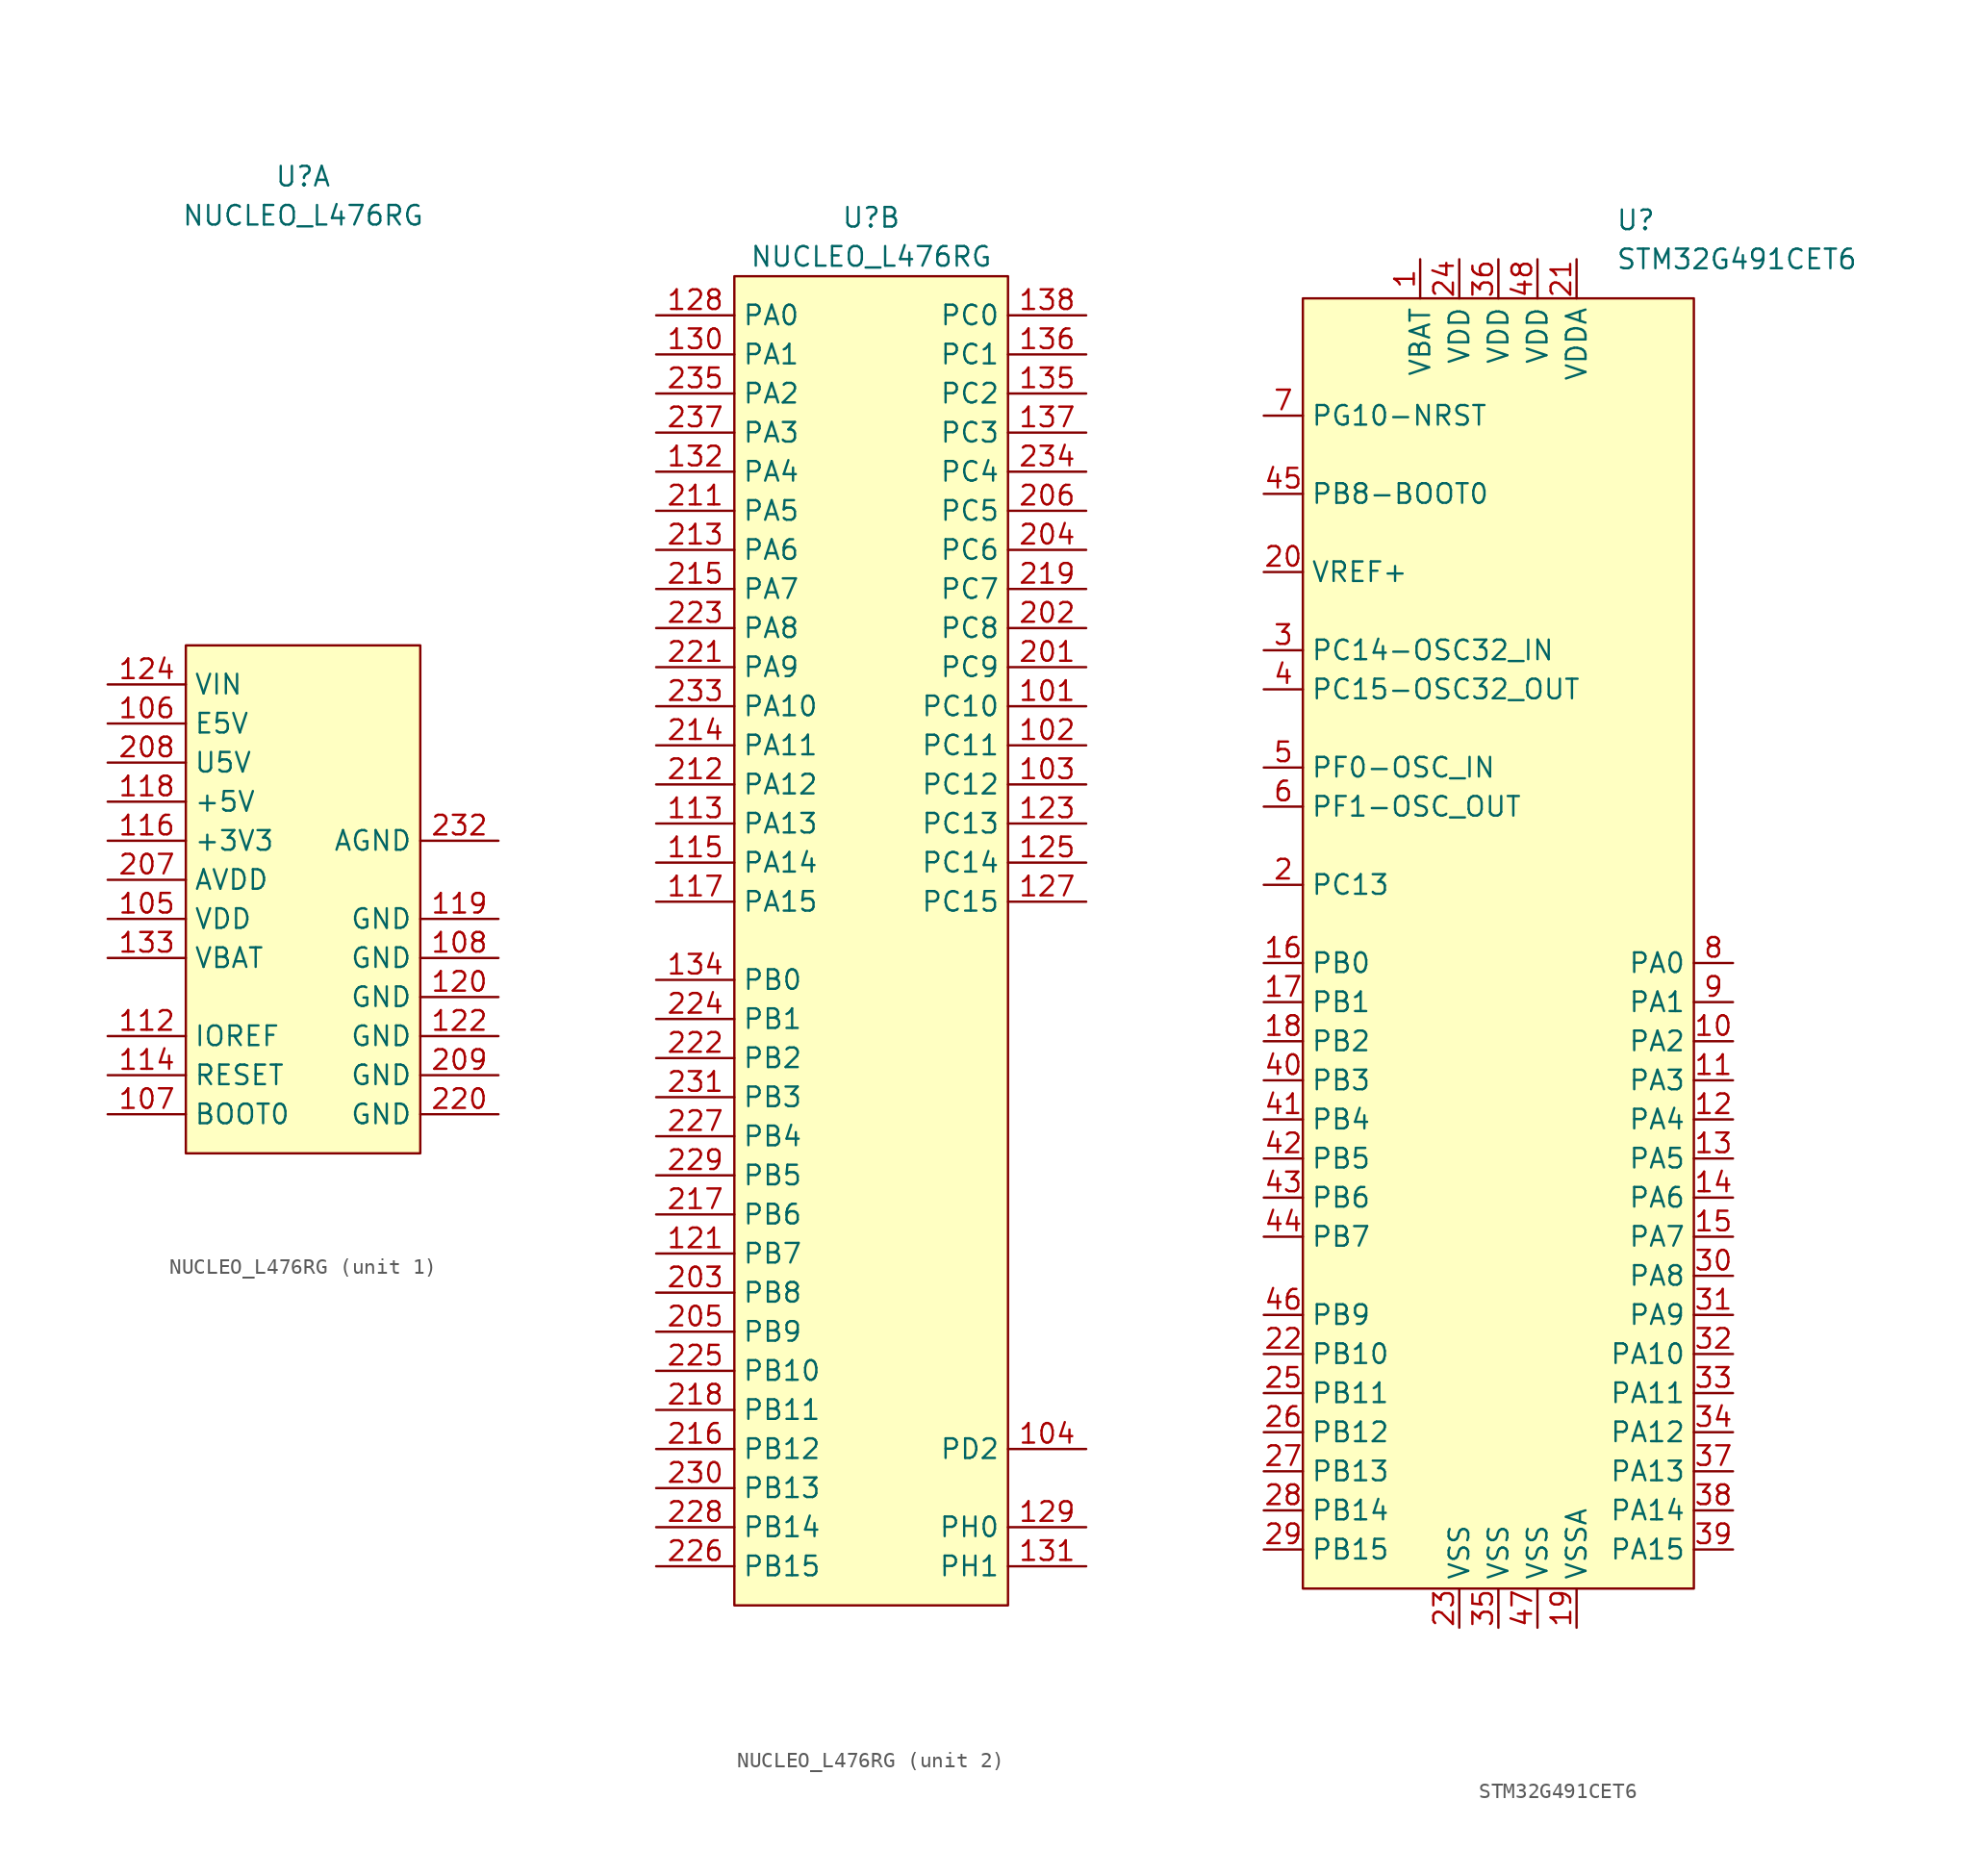
<source format=kicad_sym>
(kicad_symbol_lib
  (version 20220914)
  (generator kicad_symbol_editor)
  (symbol "NUCLEO_L476RG"
    (property "Reference" "U"
      (at 0 46.99 0)
      (effects (font (size 1.27 1.27))))
    (property "Value" "NUCLEO_L476RG"
      (at 0 44.45 0)
      (effects (font (size 1.27 1.27))))
    (property "ki_locked" ""
      (at 0 0 0)
      (effects (font (size 1.27 1.27))))
    (symbol "NUCLEO_L476RG_1_1"
      (rectangle (start -7.62 16.51) (end 7.62 -16.51) (stroke (width 0) (type default)) (fill (type background)))
      (pin power_out line (at -12.7 -1.27 0) (length 5.08) (name "VDD" (effects (font (size 1.27 1.27)))) (number "105" (effects (font (size 1.27 1.27)))))
      (pin power_out line (at -12.7 11.43 0) (length 5.08) (name "E5V" (effects (font (size 1.27 1.27)))) (number "106" (effects (font (size 1.27 1.27)))))
      (pin bidirectional line (at -12.7 -13.97 0) (length 5.08) (name "BOOT0" (effects (font (size 1.27 1.27)))) (number "107" (effects (font (size 1.27 1.27)))))
      (pin power_in line (at 12.7 -3.81 180) (length 5.08) (name "GND" (effects (font (size 1.27 1.27)))) (number "108" (effects (font (size 1.27 1.27)))))
      (pin output line (at -12.7 -8.89 0) (length 5.08) (name "IOREF" (effects (font (size 1.27 1.27)))) (number "112" (effects (font (size 1.27 1.27)))))
      (pin bidirectional line (at -12.7 -11.43 0) (length 5.08) (name "RESET" (effects (font (size 1.27 1.27)))) (number "114" (effects (font (size 1.27 1.27)))))
      (pin power_out line (at -12.7 3.81 0) (length 5.08) (name "+3V3" (effects (font (size 1.27 1.27)))) (number "116" (effects (font (size 1.27 1.27)))))
      (pin power_out line (at -12.7 6.35 0) (length 5.08) (name "+5V" (effects (font (size 1.27 1.27)))) (number "118" (effects (font (size 1.27 1.27)))))
      (pin power_in line (at 12.7 -1.27 180) (length 5.08) (name "GND" (effects (font (size 1.27 1.27)))) (number "119" (effects (font (size 1.27 1.27)))))
      (pin power_in line (at 12.7 -6.35 180) (length 5.08) (name "GND" (effects (font (size 1.27 1.27)))) (number "120" (effects (font (size 1.27 1.27)))))
      (pin power_in line (at 12.7 -8.89 180) (length 5.08) (name "GND" (effects (font (size 1.27 1.27)))) (number "122" (effects (font (size 1.27 1.27)))))
      (pin power_in line (at -12.7 13.97 0) (length 5.08) (name "VIN" (effects (font (size 1.27 1.27)))) (number "124" (effects (font (size 1.27 1.27)))))
      (pin power_out line (at -12.7 -3.81 0) (length 5.08) (name "VBAT" (effects (font (size 1.27 1.27)))) (number "133" (effects (font (size 1.27 1.27)))))
      (pin power_out line (at -12.7 1.27 0) (length 5.08) (name "AVDD" (effects (font (size 1.27 1.27)))) (number "207" (effects (font (size 1.27 1.27)))))
      (pin power_out line (at -12.7 8.89 0) (length 5.08) (name "U5V" (effects (font (size 1.27 1.27)))) (number "208" (effects (font (size 1.27 1.27)))))
      (pin power_in line (at 12.7 -11.43 180) (length 5.08) (name "GND" (effects (font (size 1.27 1.27)))) (number "209" (effects (font (size 1.27 1.27)))))
      (pin power_in line (at 12.7 -13.97 180) (length 5.08) (name "GND" (effects (font (size 1.27 1.27)))) (number "220" (effects (font (size 1.27 1.27)))))
      (pin power_in line (at 12.7 3.81 180) (length 5.08) (name "AGND" (effects (font (size 1.27 1.27)))) (number "232" (effects (font (size 1.27 1.27))))))
    (symbol "NUCLEO_L476RG_2_1"
      (rectangle (start -8.89 43.18) (end 8.89 -43.18) (stroke (width 0) (type default)) (fill (type background)))
      (pin bidirectional line (at 13.97 15.24 180) (length 5.08) (name "PC10" (effects (font (size 1.27 1.27)))) (number "101" (effects (font (size 1.27 1.27)))))
      (pin bidirectional line (at 13.97 12.7 180) (length 5.08) (name "PC11" (effects (font (size 1.27 1.27)))) (number "102" (effects (font (size 1.27 1.27)))))
      (pin bidirectional line (at 13.97 10.16 180) (length 5.08) (name "PC12" (effects (font (size 1.27 1.27)))) (number "103" (effects (font (size 1.27 1.27)))))
      (pin bidirectional line (at 13.97 -33.02 180) (length 5.08) (name "PD2" (effects (font (size 1.27 1.27)))) (number "104" (effects (font (size 1.27 1.27)))))
      (pin no_connect line (at 13.97 -2.54 180) (length 5.08) hide (name "NC" (effects (font (size 1.27 1.27)))) (number "109" (effects (font (size 1.27 1.27)))))
      (pin no_connect line (at 13.97 -5.08 180) (length 5.08) hide (name "NC" (effects (font (size 1.27 1.27)))) (number "110" (effects (font (size 1.27 1.27)))))
      (pin no_connect line (at 13.97 -7.62 180) (length 5.08) hide (name "NC" (effects (font (size 1.27 1.27)))) (number "111" (effects (font (size 1.27 1.27)))))
      (pin bidirectional line (at -13.97 7.62 0) (length 5.08) (name "PA13" (effects (font (size 1.27 1.27)))) (number "113" (effects (font (size 1.27 1.27)))))
      (pin bidirectional line (at -13.97 5.08 0) (length 5.08) (name "PA14" (effects (font (size 1.27 1.27)))) (number "115" (effects (font (size 1.27 1.27)))))
      (pin bidirectional line (at -13.97 2.54 0) (length 5.08) (name "PA15" (effects (font (size 1.27 1.27)))) (number "117" (effects (font (size 1.27 1.27)))))
      (pin bidirectional line (at -13.97 -20.32 0) (length 5.08) (name "PB7" (effects (font (size 1.27 1.27)))) (number "121" (effects (font (size 1.27 1.27)))))
      (pin bidirectional line (at 13.97 7.62 180) (length 5.08) (name "PC13" (effects (font (size 1.27 1.27)))) (number "123" (effects (font (size 1.27 1.27)))))
      (pin bidirectional line (at 13.97 5.08 180) (length 5.08) (name "PC14" (effects (font (size 1.27 1.27)))) (number "125" (effects (font (size 1.27 1.27)))))
      (pin no_connect line (at 13.97 -10.16 180) (length 5.08) hide (name "NC" (effects (font (size 1.27 1.27)))) (number "126" (effects (font (size 1.27 1.27)))))
      (pin bidirectional line (at 13.97 2.54 180) (length 5.08) (name "PC15" (effects (font (size 1.27 1.27)))) (number "127" (effects (font (size 1.27 1.27)))))
      (pin bidirectional line (at -13.97 40.64 0) (length 5.08) (name "PA0" (effects (font (size 1.27 1.27)))) (number "128" (effects (font (size 1.27 1.27)))))
      (pin bidirectional line (at 13.97 -38.1 180) (length 5.08) (name "PH0" (effects (font (size 1.27 1.27)))) (number "129" (effects (font (size 1.27 1.27)))))
      (pin bidirectional line (at -13.97 38.1 0) (length 5.08) (name "PA1" (effects (font (size 1.27 1.27)))) (number "130" (effects (font (size 1.27 1.27)))))
      (pin bidirectional line (at 13.97 -40.64 180) (length 5.08) (name "PH1" (effects (font (size 1.27 1.27)))) (number "131" (effects (font (size 1.27 1.27)))))
      (pin bidirectional line (at -13.97 30.48 0) (length 5.08) (name "PA4" (effects (font (size 1.27 1.27)))) (number "132" (effects (font (size 1.27 1.27)))))
      (pin bidirectional line (at -13.97 -2.54 0) (length 5.08) (name "PB0" (effects (font (size 1.27 1.27)))) (number "134" (effects (font (size 1.27 1.27)))))
      (pin bidirectional line (at 13.97 35.56 180) (length 5.08) (name "PC2" (effects (font (size 1.27 1.27)))) (number "135" (effects (font (size 1.27 1.27)))))
      (pin bidirectional line (at 13.97 38.1 180) (length 5.08) (name "PC1" (effects (font (size 1.27 1.27)))) (number "136" (effects (font (size 1.27 1.27)))))
      (pin bidirectional line (at 13.97 33.02 180) (length 5.08) (name "PC3" (effects (font (size 1.27 1.27)))) (number "137" (effects (font (size 1.27 1.27)))))
      (pin bidirectional line (at 13.97 40.64 180) (length 5.08) (name "PC0" (effects (font (size 1.27 1.27)))) (number "138" (effects (font (size 1.27 1.27)))))
      (pin bidirectional line (at 13.97 17.78 180) (length 5.08) (name "PC9" (effects (font (size 1.27 1.27)))) (number "201" (effects (font (size 1.27 1.27)))))
      (pin bidirectional line (at 13.97 20.32 180) (length 5.08) (name "PC8" (effects (font (size 1.27 1.27)))) (number "202" (effects (font (size 1.27 1.27)))))
      (pin bidirectional line (at -13.97 -22.86 0) (length 5.08) (name "PB8" (effects (font (size 1.27 1.27)))) (number "203" (effects (font (size 1.27 1.27)))))
      (pin bidirectional line (at 13.97 25.4 180) (length 5.08) (name "PC6" (effects (font (size 1.27 1.27)))) (number "204" (effects (font (size 1.27 1.27)))))
      (pin bidirectional line (at -13.97 -25.4 0) (length 5.08) (name "PB9" (effects (font (size 1.27 1.27)))) (number "205" (effects (font (size 1.27 1.27)))))
      (pin bidirectional line (at 13.97 27.94 180) (length 5.08) (name "PC5" (effects (font (size 1.27 1.27)))) (number "206" (effects (font (size 1.27 1.27)))))
      (pin no_connect line (at 13.97 -12.7 180) (length 5.08) hide (name "NC" (effects (font (size 1.27 1.27)))) (number "210" (effects (font (size 1.27 1.27)))))
      (pin bidirectional line (at -13.97 27.94 0) (length 5.08) (name "PA5" (effects (font (size 1.27 1.27)))) (number "211" (effects (font (size 1.27 1.27)))))
      (pin bidirectional line (at -13.97 10.16 0) (length 5.08) (name "PA12" (effects (font (size 1.27 1.27)))) (number "212" (effects (font (size 1.27 1.27)))))
      (pin bidirectional line (at -13.97 25.4 0) (length 5.08) (name "PA6" (effects (font (size 1.27 1.27)))) (number "213" (effects (font (size 1.27 1.27)))))
      (pin bidirectional line (at -13.97 12.7 0) (length 5.08) (name "PA11" (effects (font (size 1.27 1.27)))) (number "214" (effects (font (size 1.27 1.27)))))
      (pin bidirectional line (at -13.97 22.86 0) (length 5.08) (name "PA7" (effects (font (size 1.27 1.27)))) (number "215" (effects (font (size 1.27 1.27)))))
      (pin bidirectional line (at -13.97 -33.02 0) (length 5.08) (name "PB12" (effects (font (size 1.27 1.27)))) (number "216" (effects (font (size 1.27 1.27)))))
      (pin bidirectional line (at -13.97 -17.78 0) (length 5.08) (name "PB6" (effects (font (size 1.27 1.27)))) (number "217" (effects (font (size 1.27 1.27)))))
      (pin bidirectional line (at -13.97 -30.48 0) (length 5.08) (name "PB11" (effects (font (size 1.27 1.27)))) (number "218" (effects (font (size 1.27 1.27)))))
      (pin bidirectional line (at 13.97 22.86 180) (length 5.08) (name "PC7" (effects (font (size 1.27 1.27)))) (number "219" (effects (font (size 1.27 1.27)))))
      (pin bidirectional line (at -13.97 17.78 0) (length 5.08) (name "PA9" (effects (font (size 1.27 1.27)))) (number "221" (effects (font (size 1.27 1.27)))))
      (pin bidirectional line (at -13.97 -7.62 0) (length 5.08) (name "PB2" (effects (font (size 1.27 1.27)))) (number "222" (effects (font (size 1.27 1.27)))))
      (pin bidirectional line (at -13.97 20.32 0) (length 5.08) (name "PA8" (effects (font (size 1.27 1.27)))) (number "223" (effects (font (size 1.27 1.27)))))
      (pin bidirectional line (at -13.97 -5.08 0) (length 5.08) (name "PB1" (effects (font (size 1.27 1.27)))) (number "224" (effects (font (size 1.27 1.27)))))
      (pin bidirectional line (at -13.97 -27.94 0) (length 5.08) (name "PB10" (effects (font (size 1.27 1.27)))) (number "225" (effects (font (size 1.27 1.27)))))
      (pin bidirectional line (at -13.97 -40.64 0) (length 5.08) (name "PB15" (effects (font (size 1.27 1.27)))) (number "226" (effects (font (size 1.27 1.27)))))
      (pin bidirectional line (at -13.97 -12.7 0) (length 5.08) (name "PB4" (effects (font (size 1.27 1.27)))) (number "227" (effects (font (size 1.27 1.27)))))
      (pin bidirectional line (at -13.97 -38.1 0) (length 5.08) (name "PB14" (effects (font (size 1.27 1.27)))) (number "228" (effects (font (size 1.27 1.27)))))
      (pin bidirectional line (at -13.97 -15.24 0) (length 5.08) (name "PB5" (effects (font (size 1.27 1.27)))) (number "229" (effects (font (size 1.27 1.27)))))
      (pin bidirectional line (at -13.97 -35.56 0) (length 5.08) (name "PB13" (effects (font (size 1.27 1.27)))) (number "230" (effects (font (size 1.27 1.27)))))
      (pin bidirectional line (at -13.97 -10.16 0) (length 5.08) (name "PB3" (effects (font (size 1.27 1.27)))) (number "231" (effects (font (size 1.27 1.27)))))
      (pin bidirectional line (at -13.97 15.24 0) (length 5.08) (name "PA10" (effects (font (size 1.27 1.27)))) (number "233" (effects (font (size 1.27 1.27)))))
      (pin bidirectional line (at 13.97 30.48 180) (length 5.08) (name "PC4" (effects (font (size 1.27 1.27)))) (number "234" (effects (font (size 1.27 1.27)))))
      (pin bidirectional line (at -13.97 35.56 0) (length 5.08) (name "PA2" (effects (font (size 1.27 1.27)))) (number "235" (effects (font (size 1.27 1.27)))))
      (pin no_connect line (at 13.97 -15.24 180) (length 5.08) hide (name "NC" (effects (font (size 1.27 1.27)))) (number "236" (effects (font (size 1.27 1.27)))))
      (pin bidirectional line (at -13.97 33.02 0) (length 5.08) (name "PA3" (effects (font (size 1.27 1.27)))) (number "237" (effects (font (size 1.27 1.27)))))
      (pin no_connect line (at 13.97 -17.78 180) (length 5.08) hide (name "NC" (effects (font (size 1.27 1.27)))) (number "238" (effects (font (size 1.27 1.27)))))))
  (symbol "STM32G491CET6"
    (property "Reference" "U"
      (at 7.62 48.26 0)
      (effects (font (size 1.27 1.27)) (justify left)))
    (property "Value" "STM32G491CET6"
      (at 7.62 45.72 0)
      (effects (font (size 1.27 1.27)) (justify left)))
    (symbol "STM32G491CET6_0_1"
      (rectangle (start -12.7 43.18) (end 12.7 -40.64) (stroke (width 0) (type default)) (fill (type background))))
    (symbol "STM32G491CET6_1_1"
      (pin power_in line (at -5.08 45.72 270) (length 2.54) (name "VBAT" (effects (font (size 1.27 1.27)))) (number "1" (effects (font (size 1.27 1.27)))))
      (pin bidirectional line (at 15.24 -5.08 180) (length 2.54) (name "PA2" (effects (font (size 1.27 1.27)))) (number "10" (effects (font (size 1.27 1.27)))))
      (pin bidirectional line (at 15.24 -7.62 180) (length 2.54) (name "PA3" (effects (font (size 1.27 1.27)))) (number "11" (effects (font (size 1.27 1.27)))))
      (pin bidirectional line (at 15.24 -10.16 180) (length 2.54) (name "PA4" (effects (font (size 1.27 1.27)))) (number "12" (effects (font (size 1.27 1.27)))))
      (pin bidirectional line (at 15.24 -12.7 180) (length 2.54) (name "PA5" (effects (font (size 1.27 1.27)))) (number "13" (effects (font (size 1.27 1.27)))))
      (pin bidirectional line (at 15.24 -15.24 180) (length 2.54) (name "PA6" (effects (font (size 1.27 1.27)))) (number "14" (effects (font (size 1.27 1.27)))))
      (pin bidirectional line (at 15.24 -17.78 180) (length 2.54) (name "PA7" (effects (font (size 1.27 1.27)))) (number "15" (effects (font (size 1.27 1.27)))))
      (pin bidirectional line (at -15.24 0 0) (length 2.54) (name "PB0" (effects (font (size 1.27 1.27)))) (number "16" (effects (font (size 1.27 1.27)))))
      (pin bidirectional line (at -15.24 -2.54 0) (length 2.54) (name "PB1" (effects (font (size 1.27 1.27)))) (number "17" (effects (font (size 1.27 1.27)))))
      (pin bidirectional line (at -15.24 -5.08 0) (length 2.54) (name "PB2" (effects (font (size 1.27 1.27)))) (number "18" (effects (font (size 1.27 1.27)))))
      (pin power_in line (at 5.08 -43.18 90) (length 2.54) (name "VSSA" (effects (font (size 1.27 1.27)))) (number "19" (effects (font (size 1.27 1.27)))))
      (pin bidirectional line (at -15.24 5.08 0) (length 2.54) (name "PC13" (effects (font (size 1.27 1.27)))) (number "2" (effects (font (size 1.27 1.27)))))
      (pin power_in line (at -15.24 25.4 0) (length 2.54) (name "VREF+" (effects (font (size 1.27 1.27)))) (number "20" (effects (font (size 1.27 1.27)))))
      (pin power_in line (at 5.08 45.72 270) (length 2.54) (name "VDDA" (effects (font (size 1.27 1.27)))) (number "21" (effects (font (size 1.27 1.27)))))
      (pin bidirectional line (at -15.24 -25.4 0) (length 2.54) (name "PB10" (effects (font (size 1.27 1.27)))) (number "22" (effects (font (size 1.27 1.27)))))
      (pin power_in line (at -2.54 -43.18 90) (length 2.54) (name "VSS" (effects (font (size 1.27 1.27)))) (number "23" (effects (font (size 1.27 1.27)))))
      (pin power_in line (at -2.54 45.72 270) (length 2.54) (name "VDD" (effects (font (size 1.27 1.27)))) (number "24" (effects (font (size 1.27 1.27)))))
      (pin bidirectional line (at -15.24 -27.94 0) (length 2.54) (name "PB11" (effects (font (size 1.27 1.27)))) (number "25" (effects (font (size 1.27 1.27)))))
      (pin bidirectional line (at -15.24 -30.48 0) (length 2.54) (name "PB12" (effects (font (size 1.27 1.27)))) (number "26" (effects (font (size 1.27 1.27)))))
      (pin bidirectional line (at -15.24 -33.02 0) (length 2.54) (name "PB13" (effects (font (size 1.27 1.27)))) (number "27" (effects (font (size 1.27 1.27)))))
      (pin bidirectional line (at -15.24 -35.56 0) (length 2.54) (name "PB14" (effects (font (size 1.27 1.27)))) (number "28" (effects (font (size 1.27 1.27)))))
      (pin bidirectional line (at -15.24 -38.1 0) (length 2.54) (name "PB15" (effects (font (size 1.27 1.27)))) (number "29" (effects (font (size 1.27 1.27)))))
      (pin bidirectional line (at -15.24 20.32 0) (length 2.54) (name "PC14-OSC32_IN" (effects (font (size 1.27 1.27)))) (number "3" (effects (font (size 1.27 1.27)))))
      (pin bidirectional line (at 15.24 -20.32 180) (length 2.54) (name "PA8" (effects (font (size 1.27 1.27)))) (number "30" (effects (font (size 1.27 1.27)))))
      (pin bidirectional line (at 15.24 -22.86 180) (length 2.54) (name "PA9" (effects (font (size 1.27 1.27)))) (number "31" (effects (font (size 1.27 1.27)))))
      (pin bidirectional line (at 15.24 -25.4 180) (length 2.54) (name "PA10" (effects (font (size 1.27 1.27)))) (number "32" (effects (font (size 1.27 1.27)))))
      (pin bidirectional line (at 15.24 -27.94 180) (length 2.54) (name "PA11" (effects (font (size 1.27 1.27)))) (number "33" (effects (font (size 1.27 1.27)))))
      (pin bidirectional line (at 15.24 -30.48 180) (length 2.54) (name "PA12" (effects (font (size 1.27 1.27)))) (number "34" (effects (font (size 1.27 1.27)))))
      (pin power_in line (at 0 -43.18 90) (length 2.54) (name "VSS" (effects (font (size 1.27 1.27)))) (number "35" (effects (font (size 1.27 1.27)))))
      (pin power_in line (at 0 45.72 270) (length 2.54) (name "VDD" (effects (font (size 1.27 1.27)))) (number "36" (effects (font (size 1.27 1.27)))))
      (pin bidirectional line (at 15.24 -33.02 180) (length 2.54) (name "PA13" (effects (font (size 1.27 1.27)))) (number "37" (effects (font (size 1.27 1.27)))))
      (pin bidirectional line (at 15.24 -35.56 180) (length 2.54) (name "PA14" (effects (font (size 1.27 1.27)))) (number "38" (effects (font (size 1.27 1.27)))))
      (pin bidirectional line (at 15.24 -38.1 180) (length 2.54) (name "PA15" (effects (font (size 1.27 1.27)))) (number "39" (effects (font (size 1.27 1.27)))))
      (pin bidirectional line (at -15.24 17.78 0) (length 2.54) (name "PC15-OSC32_OUT" (effects (font (size 1.27 1.27)))) (number "4" (effects (font (size 1.27 1.27)))))
      (pin bidirectional line (at -15.24 -7.62 0) (length 2.54) (name "PB3" (effects (font (size 1.27 1.27)))) (number "40" (effects (font (size 1.27 1.27)))))
      (pin bidirectional line (at -15.24 -10.16 0) (length 2.54) (name "PB4" (effects (font (size 1.27 1.27)))) (number "41" (effects (font (size 1.27 1.27)))))
      (pin bidirectional line (at -15.24 -12.7 0) (length 2.54) (name "PB5" (effects (font (size 1.27 1.27)))) (number "42" (effects (font (size 1.27 1.27)))))
      (pin bidirectional line (at -15.24 -15.24 0) (length 2.54) (name "PB6" (effects (font (size 1.27 1.27)))) (number "43" (effects (font (size 1.27 1.27)))))
      (pin bidirectional line (at -15.24 -17.78 0) (length 2.54) (name "PB7" (effects (font (size 1.27 1.27)))) (number "44" (effects (font (size 1.27 1.27)))))
      (pin bidirectional line (at -15.24 30.48 0) (length 2.54) (name "PB8-BOOT0" (effects (font (size 1.27 1.27)))) (number "45" (effects (font (size 1.27 1.27)))))
      (pin bidirectional line (at -15.24 -22.86 0) (length 2.54) (name "PB9" (effects (font (size 1.27 1.27)))) (number "46" (effects (font (size 1.27 1.27)))))
      (pin power_in line (at 2.54 -43.18 90) (length 2.54) (name "VSS" (effects (font (size 1.27 1.27)))) (number "47" (effects (font (size 1.27 1.27)))))
      (pin power_in line (at 2.54 45.72 270) (length 2.54) (name "VDD" (effects (font (size 1.27 1.27)))) (number "48" (effects (font (size 1.27 1.27)))))
      (pin bidirectional line (at -15.24 12.7 0) (length 2.54) (name "PF0-OSC_IN" (effects (font (size 1.27 1.27)))) (number "5" (effects (font (size 1.27 1.27)))))
      (pin bidirectional line (at -15.24 10.16 0) (length 2.54) (name "PF1-OSC_OUT" (effects (font (size 1.27 1.27)))) (number "6" (effects (font (size 1.27 1.27)))))
      (pin bidirectional line (at -15.24 35.56 0) (length 2.54) (name "PG10-NRST" (effects (font (size 1.27 1.27)))) (number "7" (effects (font (size 1.27 1.27)))))
      (pin bidirectional line (at 15.24 0 180) (length 2.54) (name "PA0" (effects (font (size 1.27 1.27)))) (number "8" (effects (font (size 1.27 1.27)))))
      (pin bidirectional line (at 15.24 -2.54 180) (length 2.54) (name "PA1" (effects (font (size 1.27 1.27)))) (number "9" (effects (font (size 1.27 1.27))))))))
</source>
